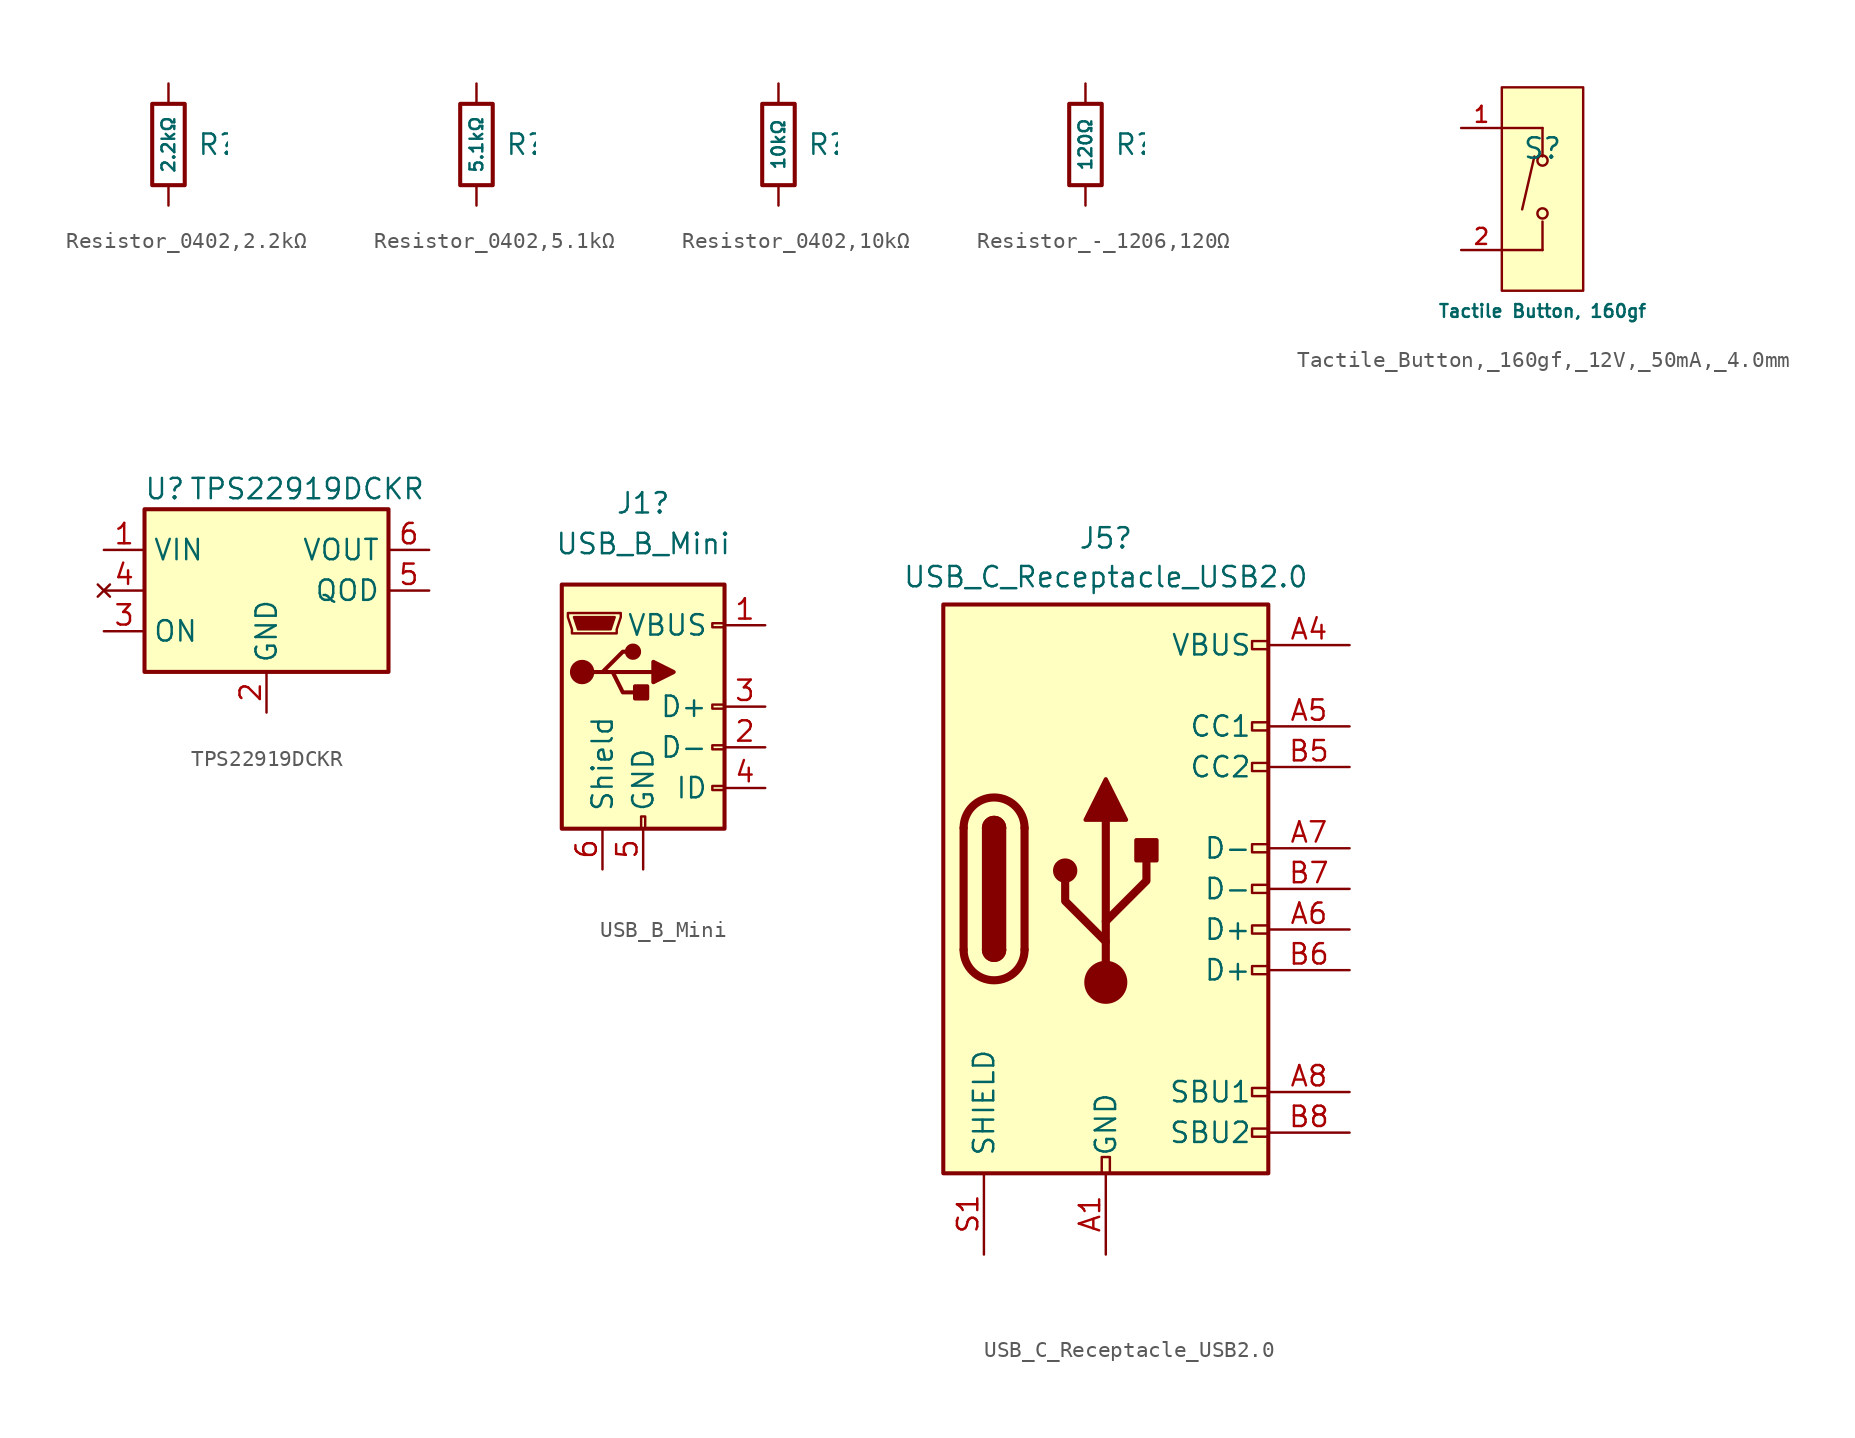
<source format=kicad_sym>
(kicad_symbol_lib
  (version 20241209)
  (generator "kicad_symbol_editor")
  (generator_version "9.0")
  (symbol "Resistor_0402,2.2kΩ"
    (pin_numbers
      (hide yes))
    (pin_names
      (offset 0))
    (property "Reference" "R"
      (at 1.778 0 0)
      (effects (font (size 1.27 1.27)) (justify left)))
    (property "Value" "2.2kΩ"
      (at 0 0 90)
      (do_not_autoplace)
      (effects (font (size 0.8 0.8))))
    (symbol "Resistor_0402,2.2kΩ_0_1"
      (rectangle (start -1.016 2.54) (end 1.016 -2.54) (stroke (width 0.254) (type default)) (fill (type none))))
    (symbol "Resistor_0402,2.2kΩ_1_1"
      (pin passive line (at 0 3.81 270) (length 1.27) (name "~" (effects (font (size 1.27 1.27)))) (number "1" (effects (font (size 1.27 1.27)))))
      (pin passive line (at 0 -3.81 90) (length 1.27) (name "~" (effects (font (size 1.27 1.27)))) (number "2" (effects (font (size 1.27 1.27)))))))
  (symbol "Resistor_0402,5.1kΩ"
    (pin_numbers
      (hide yes))
    (pin_names
      (offset 0))
    (property "Reference" "R"
      (at 1.778 0 0)
      (effects (font (size 1.27 1.27)) (justify left)))
    (property "Value" "5.1kΩ"
      (at 0 0 90)
      (do_not_autoplace)
      (effects (font (size 0.8 0.8))))
    (symbol "Resistor_0402,5.1kΩ_0_1"
      (rectangle (start -1.016 2.54) (end 1.016 -2.54) (stroke (width 0.254) (type default)) (fill (type none))))
    (symbol "Resistor_0402,5.1kΩ_1_1"
      (pin passive line (at 0 3.81 270) (length 1.27) (name "~" (effects (font (size 1.27 1.27)))) (number "1" (effects (font (size 1.27 1.27)))))
      (pin passive line (at 0 -3.81 90) (length 1.27) (name "~" (effects (font (size 1.27 1.27)))) (number "2" (effects (font (size 1.27 1.27)))))))
  (symbol "Resistor_0402,10kΩ"
    (pin_numbers
      (hide yes))
    (pin_names
      (offset 0))
    (property "Reference" "R"
      (at 1.778 0 0)
      (effects (font (size 1.27 1.27)) (justify left)))
    (property "Value" "10kΩ"
      (at 0 0 90)
      (do_not_autoplace)
      (effects (font (size 0.8 0.8))))
    (symbol "Resistor_0402,10kΩ_0_1"
      (rectangle (start -1.016 2.54) (end 1.016 -2.54) (stroke (width 0.254) (type default)) (fill (type none))))
    (symbol "Resistor_0402,10kΩ_1_1"
      (pin passive line (at 0 3.81 270) (length 1.27) (name "~" (effects (font (size 1.27 1.27)))) (number "1" (effects (font (size 1.27 1.27)))))
      (pin passive line (at 0 -3.81 90) (length 1.27) (name "~" (effects (font (size 1.27 1.27)))) (number "2" (effects (font (size 1.27 1.27)))))))
  (symbol "Resistor_-_1206,120Ω"
    (pin_numbers
      (hide yes))
    (pin_names
      (offset 0))
    (property "Reference" "R"
      (at 1.778 0 0)
      (effects (font (size 1.27 1.27)) (justify left)))
    (property "Value" "120Ω"
      (at 0 0 90)
      (do_not_autoplace)
      (effects (font (size 0.8 0.8))))
    (symbol "Resistor_-_1206,120Ω_0_1"
      (rectangle (start -1.016 2.54) (end 1.016 -2.54) (stroke (width 0.254) (type default)) (fill (type none))))
    (symbol "Resistor_-_1206,120Ω_1_1"
      (pin passive line (at 0 3.81 270) (length 1.27) (name "~" (effects (font (size 1.27 1.27)))) (number "1" (effects (font (size 1.27 1.27)))))
      (pin passive line (at 0 -3.81 90) (length 1.27) (name "~" (effects (font (size 1.27 1.27)))) (number "2" (effects (font (size 1.27 1.27)))))))
  (symbol "Tactile_Button,_160gf,_12V,_50mA,_4.0mm"
    (pin_names
      (hide yes))
    (property "Reference" "S"
      (at 0 1.27 0)
      (effects (font (size 1.27 1.27))))
    (property "Value" "Tactile Button, 160gf"
      (at 0 -8.89 0)
      (effects (font (size 0.8 0.8))))
    (symbol "Tactile_Button,_160gf,_12V,_50mA,_4.0mm_0_1"
      (polyline (pts (xy -2.54 2.54) (xy 0 2.54)) (stroke (width 0) (type default)) (fill (type none)))
      (polyline (pts (xy -2.54 -5.08) (xy 0 -5.08)) (stroke (width 0) (type default)) (fill (type none)))
      (polyline (pts (xy -0.508 0.762) (xy -1.27 -2.54)) (stroke (width 0) (type default)) (fill (type none)))
      (polyline (pts (xy 0 0.762) (xy 0 2.54)) (stroke (width 0) (type default)) (fill (type none)))
      (circle (center 0 0.508) (radius 0.318) (stroke (width 0) (type default)) (fill (type background)))
      (circle (center 0 -2.794) (radius 0.318) (stroke (width 0) (type default)) (fill (type background)))
      (polyline (pts (xy 0 -3.302) (xy 0 -5.08)) (stroke (width 0) (type default)) (fill (type none))))
    (symbol "Tactile_Button,_160gf,_12V,_50mA,_4.0mm_1_1"
      (rectangle (start -2.54 5.08) (end 2.54 -7.62) (stroke (width 0) (type default)) (fill (type background)))
      (pin passive line (at -5.08 2.54 0) (length 2.54) (name "A" (effects (font (size 1 1)))) (number "1" (effects (font (size 1 1)))))
      (pin passive line (at -5.08 -5.08 0) (length 2.54) (name "B" (effects (font (size 1 1)))) (number "2" (effects (font (size 1 1)))))))
  (symbol "TPS22919DCKR"
    (property "Reference" "U"
      (at -6.35 6.35 0)
      (effects (font (size 1.27 1.27))))
    (property "Value" "TPS22919DCKR"
      (at 2.54 6.35 0)
      (effects (font (size 1.27 1.27))))
    (symbol "TPS22919DCKR_0_1"
      (rectangle (start -7.62 5.08) (end 7.62 -5.08) (stroke (width 0.254) (type default)) (fill (type background))))
    (symbol "TPS22919DCKR_1_1"
      (pin power_in line (at -10.16 2.54 0) (length 2.54) (name "VIN" (effects (font (size 1.27 1.27)))) (number "1" (effects (font (size 1.27 1.27)))))
      (pin no_connect line (at -10.16 0 0) (length 2.54) (name "" (effects (font (size 1.27 1.27)))) (number "4" (effects (font (size 1.27 1.27)))))
      (pin input line (at -10.16 -2.54 0) (length 2.54) (name "ON" (effects (font (size 1.27 1.27)))) (number "3" (effects (font (size 1.27 1.27)))))
      (pin power_in line (at 0 -7.62 90) (length 2.54) (name "GND" (effects (font (size 1.27 1.27)))) (number "2" (effects (font (size 1.27 1.27)))))
      (pin power_out line (at 10.16 2.54 180) (length 2.54) (name "VOUT" (effects (font (size 1.27 1.27)))) (number "6" (effects (font (size 1.27 1.27)))))
      (pin passive line (at 10.16 0 180) (length 2.54) (name "QOD" (effects (font (size 1.27 1.27)))) (number "5" (effects (font (size 1.27 1.27)))))))
  (symbol "USB_B_Mini"
    (pin_names
      (offset 1.016))
    (property "Reference" "J1"
      (at 0 12.7 0)
      (effects (font (size 1.27 1.27))))
    (property "Value" "USB_B_Mini"
      (at 0 10.16 0)
      (effects (font (size 1.27 1.27))))
    (symbol "USB_B_Mini_0_1"
      (rectangle (start -5.08 -7.62) (end 5.08 7.62) (stroke (width 0.254) (type default)) (fill (type background)))
      (polyline (pts (xy -4.699 5.842) (xy -4.699 5.588) (xy -4.445 4.826) (xy -4.445 4.572) (xy -1.651 4.572) (xy -1.651 4.826) (xy -1.397 5.588) (xy -1.397 5.842) (xy -4.699 5.842)) (stroke (width 0) (type default)) (fill (type none)))
      (polyline (pts (xy -4.318 5.588) (xy -1.778 5.588) (xy -2.032 4.826) (xy -4.064 4.826) (xy -4.318 5.588)) (stroke (width 0) (type default)) (fill (type outline)))
      (circle (center -3.81 2.159) (radius 0.635) (stroke (width 0.254) (type default)) (fill (type outline)))
      (polyline (pts (xy -3.175 2.159) (xy -2.54 2.159) (xy -1.27 3.429) (xy -0.635 3.429)) (stroke (width 0.254) (type default)) (fill (type none)))
      (polyline (pts (xy -2.54 2.159) (xy -1.905 2.159) (xy -1.27 0.889) (xy 0 0.889)) (stroke (width 0.254) (type default)) (fill (type none)))
      (polyline (pts (xy -1.905 2.159) (xy 0.635 2.159)) (stroke (width 0.254) (type default)) (fill (type none)))
      (circle (center -0.635 3.429) (radius 0.381) (stroke (width 0.254) (type default)) (fill (type outline)))
      (rectangle (start -0.127 -7.62) (end 0.127 -6.858) (stroke (width 0) (type default)) (fill (type none)))
      (rectangle (start 0.254 1.27) (end -0.508 0.508) (stroke (width 0.254) (type default)) (fill (type outline)))
      (polyline (pts (xy 0.635 2.794) (xy 0.635 1.524) (xy 1.905 2.159) (xy 0.635 2.794)) (stroke (width 0.254) (type default)) (fill (type outline)))
      (rectangle (start 5.08 4.953) (end 4.318 5.207) (stroke (width 0) (type default)) (fill (type none)))
      (rectangle (start 5.08 -0.127) (end 4.318 0.127) (stroke (width 0) (type default)) (fill (type none)))
      (rectangle (start 5.08 -2.667) (end 4.318 -2.413) (stroke (width 0) (type default)) (fill (type none)))
      (rectangle (start 5.08 -5.207) (end 4.318 -4.953) (stroke (width 0) (type default)) (fill (type none))))
    (symbol "USB_B_Mini_1_1"
      (pin passive line (at -2.54 -10.16 90) (length 2.54) (name "Shield" (effects (font (size 1.27 1.27)))) (number "6" (effects (font (size 1.27 1.27)))))
      (pin power_out line (at 0 -10.16 90) (length 2.54) (name "GND" (effects (font (size 1.27 1.27)))) (number "5" (effects (font (size 1.27 1.27)))))
      (pin power_out line (at 7.62 5.08 180) (length 2.54) (name "VBUS" (effects (font (size 1.27 1.27)))) (number "1" (effects (font (size 1.27 1.27)))))
      (pin bidirectional line (at 7.62 0 180) (length 2.54) (name "D+" (effects (font (size 1.27 1.27)))) (number "3" (effects (font (size 1.27 1.27)))))
      (pin bidirectional line (at 7.62 -2.54 180) (length 2.54) (name "D-" (effects (font (size 1.27 1.27)))) (number "2" (effects (font (size 1.27 1.27)))))
      (pin passive line (at 7.62 -5.08 180) (length 2.54) (name "ID" (effects (font (size 1.27 1.27)))) (number "4" (effects (font (size 1.27 1.27)))))))
  (symbol "USB_C_Receptacle_USB2.0"
    (pin_names
      (offset 1.016))
    (property "Reference" "J5"
      (at 0 21.924 0)
      (effects (font (size 1.27 1.27))))
    (property "Value" "USB_C_Receptacle_USB2.0"
      (at 0 19.5 0)
      (effects (font (size 1.27 1.27))))
    (symbol "USB_C_Receptacle_USB2.0_0_0"
      (rectangle (start -0.254 -17.78) (end 0.254 -16.764) (stroke (width 0) (type default)) (fill (type none)))
      (rectangle (start 10.16 15.494) (end 9.144 14.986) (stroke (width 0) (type default)) (fill (type none)))
      (rectangle (start 10.16 10.414) (end 9.144 9.906) (stroke (width 0) (type default)) (fill (type none)))
      (rectangle (start 10.16 7.874) (end 9.144 7.366) (stroke (width 0) (type default)) (fill (type none)))
      (rectangle (start 10.16 2.794) (end 9.144 2.286) (stroke (width 0) (type default)) (fill (type none)))
      (rectangle (start 10.16 0.254) (end 9.144 -0.254) (stroke (width 0) (type default)) (fill (type none)))
      (rectangle (start 10.16 -2.286) (end 9.144 -2.794) (stroke (width 0) (type default)) (fill (type none)))
      (rectangle (start 10.16 -4.826) (end 9.144 -5.334) (stroke (width 0) (type default)) (fill (type none)))
      (rectangle (start 10.16 -12.446) (end 9.144 -12.954) (stroke (width 0) (type default)) (fill (type none)))
      (rectangle (start 10.16 -14.986) (end 9.144 -15.494) (stroke (width 0) (type default)) (fill (type none))))
    (symbol "USB_C_Receptacle_USB2.0_0_1"
      (rectangle (start -10.16 17.78) (end 10.16 -17.78) (stroke (width 0.254) (type default)) (fill (type background)))
      (polyline (pts (xy -8.89 -3.81) (xy -8.89 3.81)) (stroke (width 0.508) (type default)) (fill (type none)))
      (rectangle (start -7.62 -3.81) (end -6.35 3.81) (stroke (width 0.254) (type default)) (fill (type outline)))
      (arc (start -7.62 3.81) (mid -6.985 4.4423) (end -6.35 3.81) (stroke (width 0.254) (type default)) (fill (type none)))
      (arc (start -7.62 3.81) (mid -6.985 4.4423) (end -6.35 3.81) (stroke (width 0.254) (type default)) (fill (type outline)))
      (arc (start -8.89 3.81) (mid -6.985 5.7067) (end -5.08 3.81) (stroke (width 0.508) (type default)) (fill (type none)))
      (arc (start -5.08 -3.81) (mid -6.985 -5.7067) (end -8.89 -3.81) (stroke (width 0.508) (type default)) (fill (type none)))
      (arc (start -6.35 -3.81) (mid -6.985 -4.4423) (end -7.62 -3.81) (stroke (width 0.254) (type default)) (fill (type none)))
      (arc (start -6.35 -3.81) (mid -6.985 -4.4423) (end -7.62 -3.81) (stroke (width 0.254) (type default)) (fill (type outline)))
      (polyline (pts (xy -5.08 3.81) (xy -5.08 -3.81)) (stroke (width 0.508) (type default)) (fill (type none)))
      (circle (center -2.54 1.143) (radius 0.635) (stroke (width 0.254) (type default)) (fill (type outline)))
      (polyline (pts (xy -1.27 4.318) (xy 0 6.858) (xy 1.27 4.318) (xy -1.27 4.318)) (stroke (width 0.254) (type default)) (fill (type outline)))
      (polyline (pts (xy 0 -2.032) (xy 2.54 0.508) (xy 2.54 1.778)) (stroke (width 0.508) (type default)) (fill (type none)))
      (polyline (pts (xy 0 -3.302) (xy -2.54 -0.762) (xy -2.54 0.508)) (stroke (width 0.508) (type default)) (fill (type none)))
      (polyline (pts (xy 0 -5.842) (xy 0 4.318)) (stroke (width 0.508) (type default)) (fill (type none)))
      (circle (center 0 -5.842) (radius 1.27) (stroke (width 0) (type default)) (fill (type outline)))
      (rectangle (start 1.905 1.778) (end 3.175 3.048) (stroke (width 0.254) (type default)) (fill (type outline))))
    (symbol "USB_C_Receptacle_USB2.0_1_1"
      (pin passive line (at -7.62 -22.86 90) (length 5.08) (name "SHIELD" (effects (font (size 1.27 1.27)))) (number "S1" (effects (font (size 1.27 1.27)))))
      (pin passive line (at 0 -22.86 90) (length 5.08) (name "GND" (effects (font (size 1.27 1.27)))) (number "A1" (effects (font (size 1.27 1.27)))))
      (pin passive line (at 0 -22.86 90) (length 5.08) (hide yes) (name "GND" (effects (font (size 1.27 1.27)))) (number "A12" (effects (font (size 1.27 1.27)))))
      (pin passive line (at 0 -22.86 90) (length 5.08) (hide yes) (name "GND" (effects (font (size 1.27 1.27)))) (number "B1" (effects (font (size 1.27 1.27)))))
      (pin passive line (at 0 -22.86 90) (length 5.08) (hide yes) (name "GND" (effects (font (size 1.27 1.27)))) (number "B12" (effects (font (size 1.27 1.27)))))
      (pin passive line (at 15.24 15.24 180) (length 5.08) (name "VBUS" (effects (font (size 1.27 1.27)))) (number "A4" (effects (font (size 1.27 1.27)))))
      (pin passive line (at 15.24 15.24 180) (length 5.08) (hide yes) (name "VBUS" (effects (font (size 1.27 1.27)))) (number "A9" (effects (font (size 1.27 1.27)))))
      (pin passive line (at 15.24 15.24 180) (length 5.08) (hide yes) (name "VBUS" (effects (font (size 1.27 1.27)))) (number "B4" (effects (font (size 1.27 1.27)))))
      (pin passive line (at 15.24 15.24 180) (length 5.08) (hide yes) (name "VBUS" (effects (font (size 1.27 1.27)))) (number "B9" (effects (font (size 1.27 1.27)))))
      (pin bidirectional line (at 15.24 10.16 180) (length 5.08) (name "CC1" (effects (font (size 1.27 1.27)))) (number "A5" (effects (font (size 1.27 1.27)))))
      (pin bidirectional line (at 15.24 7.62 180) (length 5.08) (name "CC2" (effects (font (size 1.27 1.27)))) (number "B5" (effects (font (size 1.27 1.27)))))
      (pin bidirectional line (at 15.24 2.54 180) (length 5.08) (name "D-" (effects (font (size 1.27 1.27)))) (number "A7" (effects (font (size 1.27 1.27)))))
      (pin bidirectional line (at 15.24 0 180) (length 5.08) (name "D-" (effects (font (size 1.27 1.27)))) (number "B7" (effects (font (size 1.27 1.27)))))
      (pin bidirectional line (at 15.24 -2.54 180) (length 5.08) (name "D+" (effects (font (size 1.27 1.27)))) (number "A6" (effects (font (size 1.27 1.27)))))
      (pin bidirectional line (at 15.24 -5.08 180) (length 5.08) (name "D+" (effects (font (size 1.27 1.27)))) (number "B6" (effects (font (size 1.27 1.27)))))
      (pin bidirectional line (at 15.24 -12.7 180) (length 5.08) (name "SBU1" (effects (font (size 1.27 1.27)))) (number "A8" (effects (font (size 1.27 1.27)))))
      (pin bidirectional line (at 15.24 -15.24 180) (length 5.08) (name "SBU2" (effects (font (size 1.27 1.27)))) (number "B8" (effects (font (size 1.27 1.27))))))))
</source>
